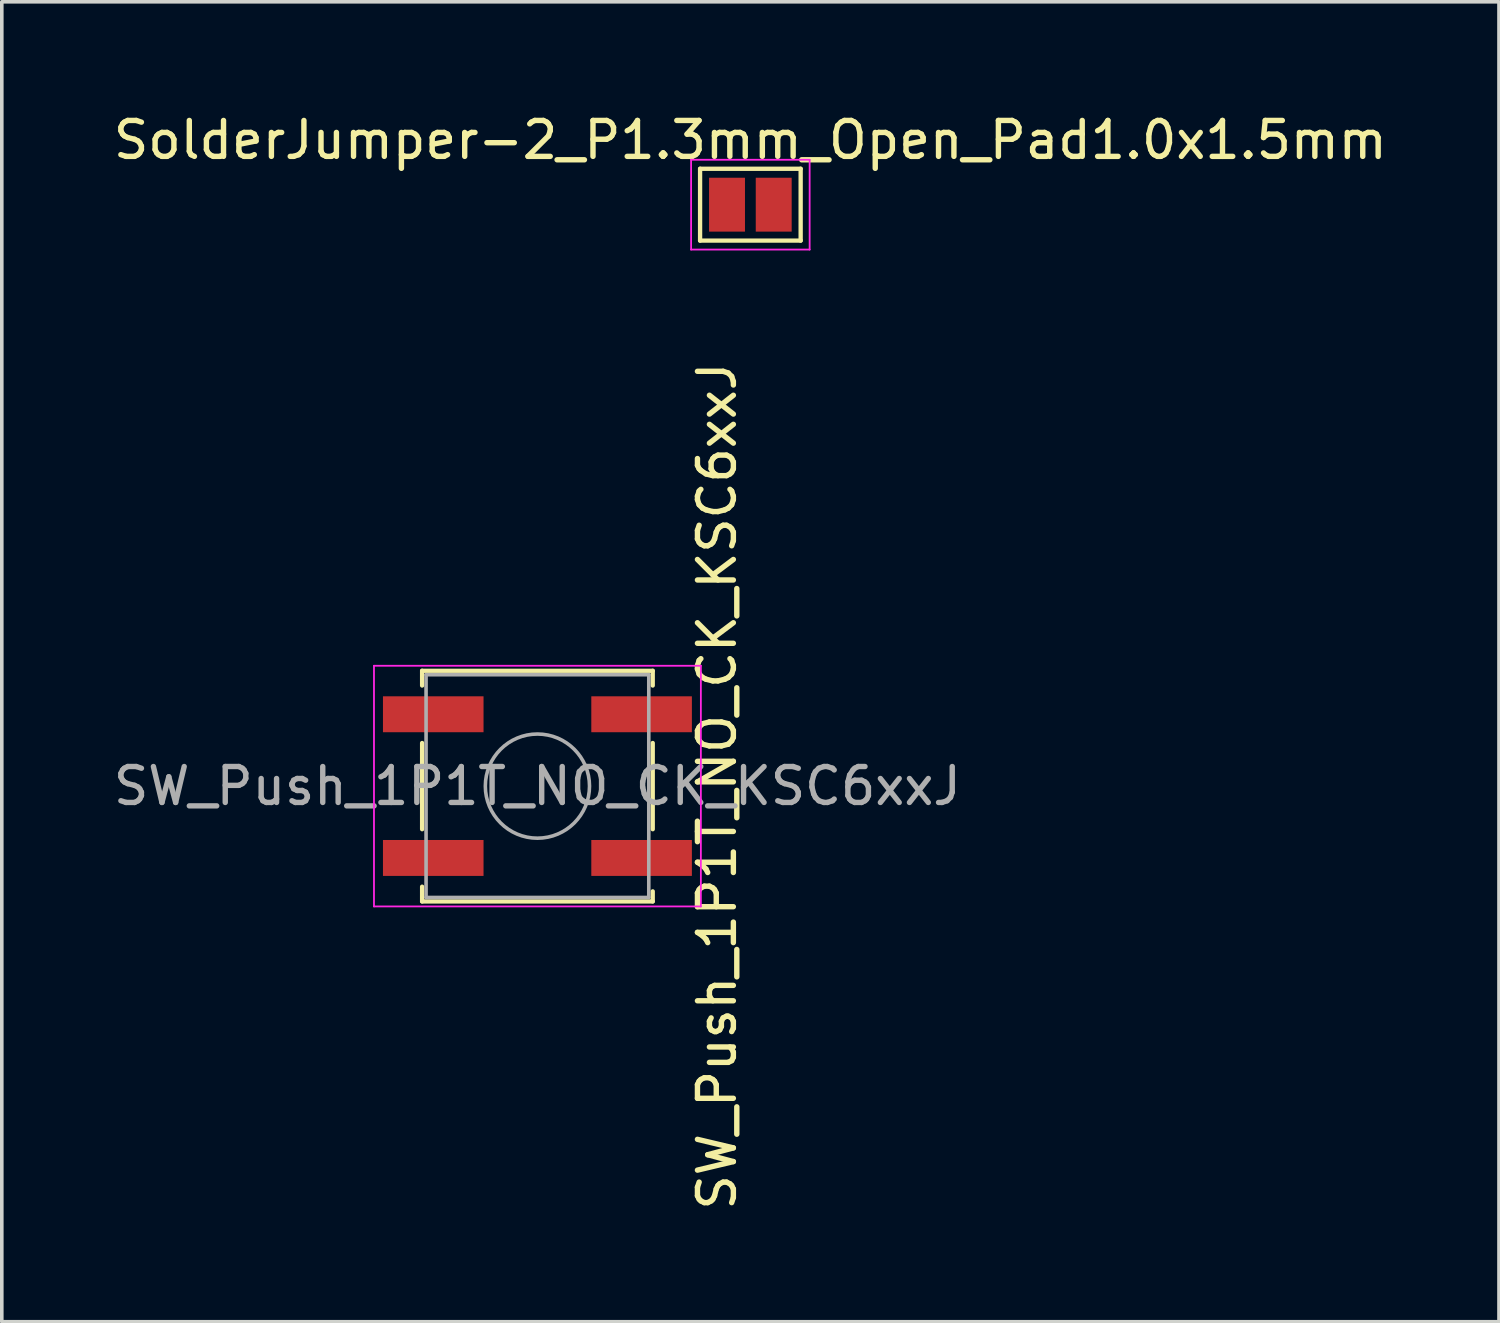
<source format=kicad_pcb>
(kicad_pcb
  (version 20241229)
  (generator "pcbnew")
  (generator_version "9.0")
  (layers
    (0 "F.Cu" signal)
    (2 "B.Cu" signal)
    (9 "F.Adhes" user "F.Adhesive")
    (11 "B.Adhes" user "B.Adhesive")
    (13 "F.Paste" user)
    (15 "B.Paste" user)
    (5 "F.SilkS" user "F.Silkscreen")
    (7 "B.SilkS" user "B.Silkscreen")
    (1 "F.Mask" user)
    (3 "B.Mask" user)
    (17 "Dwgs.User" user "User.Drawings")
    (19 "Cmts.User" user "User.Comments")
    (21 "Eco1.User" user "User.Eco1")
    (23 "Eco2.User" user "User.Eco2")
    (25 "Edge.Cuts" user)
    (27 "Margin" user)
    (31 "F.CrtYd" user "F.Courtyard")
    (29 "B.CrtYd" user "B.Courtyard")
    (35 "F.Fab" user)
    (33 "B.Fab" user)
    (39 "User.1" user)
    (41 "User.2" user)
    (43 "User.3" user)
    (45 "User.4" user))
  (footprint "SW_Push_1P1T_NO_CK_KSC6xxJ"
    (layer "F.Cu")
    (at 11.911 18.834)
    (property "Reference" "SW_Push_1P1T_NO_CK_KSC6xxJ" (at 5 0 90) (layer "F.SilkS") (effects (font (size 1 1) (thickness 0.15))))
    (attr smd)
    (fp_line (start -3.21 -3.21) (end -3.21 -2.8) (stroke (width 0.12) (type solid)) (layer "F.SilkS"))
    (fp_line (start -3.21 -1.2) (end -3.21 1.2) (stroke (width 0.12) (type solid)) (layer "F.SilkS"))
    (fp_line (start -3.21 2.8) (end -3.21 3.21) (stroke (width 0.12) (type solid)) (layer "F.SilkS"))
    (fp_line (start -3.21 3.21) (end 3.21 3.21) (stroke (width 0.12) (type solid)) (layer "F.SilkS"))
    (fp_line (start 3.21 -3.21) (end -3.21 -3.21) (stroke (width 0.12) (type solid)) (layer "F.SilkS"))
    (fp_line (start 3.21 -2.8) (end 3.21 -3.21) (stroke (width 0.12) (type solid)) (layer "F.SilkS"))
    (fp_line (start 3.21 1.2) (end 3.21 -1.2) (stroke (width 0.12) (type solid)) (layer "F.SilkS"))
    (fp_line (start 3.21 3.21) (end 3.21 2.93) (stroke (width 0.12) (type solid)) (layer "F.SilkS"))
    (fp_line (start -4.55 -3.35) (end 4.55 -3.35) (stroke (width 0.05) (type solid)) (layer "F.CrtYd"))
    (fp_line (start -4.55 3.35) (end -4.55 -3.35) (stroke (width 0.05) (type solid)) (layer "F.CrtYd"))
    (fp_line (start 4.55 -3.35) (end 4.55 3.35) (stroke (width 0.05) (type solid)) (layer "F.CrtYd"))
    (fp_line (start 4.55 3.35) (end -4.55 3.35) (stroke (width 0.05) (type solid)) (layer "F.CrtYd"))
    (fp_line (start -3.1 -3.1) (end 3.1 -3.1) (stroke (width 0.1) (type solid)) (layer "F.Fab"))
    (fp_line (start -3.1 3.1) (end -3.1 -3.1) (stroke (width 0.1) (type solid)) (layer "F.Fab"))
    (fp_line (start 3.1 -3.1) (end 3.1 3.1) (stroke (width 0.1) (type solid)) (layer "F.Fab"))
    (fp_line (start 3.1 3.1) (end -3.1 3.1) (stroke (width 0.1) (type solid)) (layer "F.Fab"))
    (fp_circle (center 0 0) (end 1.45 0) (stroke (width 0.1) (type solid)) (fill no) (layer "F.Fab"))
    (fp_text user "${REFERENCE}" (at 0 0 180) (layer "F.Fab") (effects (font (size 1 1) (thickness 0.15))))
    (pad "1" smd rect (at -2.9 -2) (size 2.8 1) (layers "F.Cu" "F.Mask" "F.Paste"))
    (pad "1" smd rect (at 2.9 -2) (size 2.8 1) (layers "F.Cu" "F.Mask" "F.Paste"))
    (pad "2" smd rect (at -2.9 2) (size 2.8 1) (layers "F.Cu" "F.Mask" "F.Paste"))
    (pad "2" smd rect (at 2.9 2) (size 2.8 1) (layers "F.Cu" "F.Mask" "F.Paste")))
  (footprint "SolderJumper-2_P1.3mm_Open_Pad1.0x1.5mm"
    (layer "F.Cu")
    (at 17.839 2.648)
    (property "Reference" "SolderJumper-2_P1.3mm_Open_Pad1.0x1.5mm" (at 0 -1.8 0) (layer "F.SilkS") (effects (font (size 1 1) (thickness 0.15))))
    (attr exclude_from_pos_files exclude_from_bom)
    (fp_line (start -1.4 -1) (end 1.4 -1) (stroke (width 0.12) (type solid)) (layer "F.SilkS"))
    (fp_line (start -1.4 1) (end -1.4 -1) (stroke (width 0.12) (type solid)) (layer "F.SilkS"))
    (fp_line (start 1.4 -1) (end 1.4 1) (stroke (width 0.12) (type solid)) (layer "F.SilkS"))
    (fp_line (start 1.4 1) (end -1.4 1) (stroke (width 0.12) (type solid)) (layer "F.SilkS"))
    (fp_line (start -1.65 -1.25) (end -1.65 1.25) (stroke (width 0.05) (type solid)) (layer "F.CrtYd"))
    (fp_line (start -1.65 -1.25) (end 1.65 -1.25) (stroke (width 0.05) (type solid)) (layer "F.CrtYd"))
    (fp_line (start 1.65 1.25) (end -1.65 1.25) (stroke (width 0.05) (type solid)) (layer "F.CrtYd"))
    (fp_line (start 1.65 1.25) (end 1.65 -1.25) (stroke (width 0.05) (type solid)) (layer "F.CrtYd"))
    (pad "1" smd rect (at -0.65 0) (size 1 1.5) (layers "F.Cu" "F.Mask"))
    (pad "2" smd rect (at 0.65 0) (size 1 1.5) (layers "F.Cu" "F.Mask")))
  (gr_rect
    (start -3 -3)
    (end 38.679 33.745)
    (stroke (width 0.1) (type default))
    (fill no)
    (layer "Edge.Cuts")))
</source>
